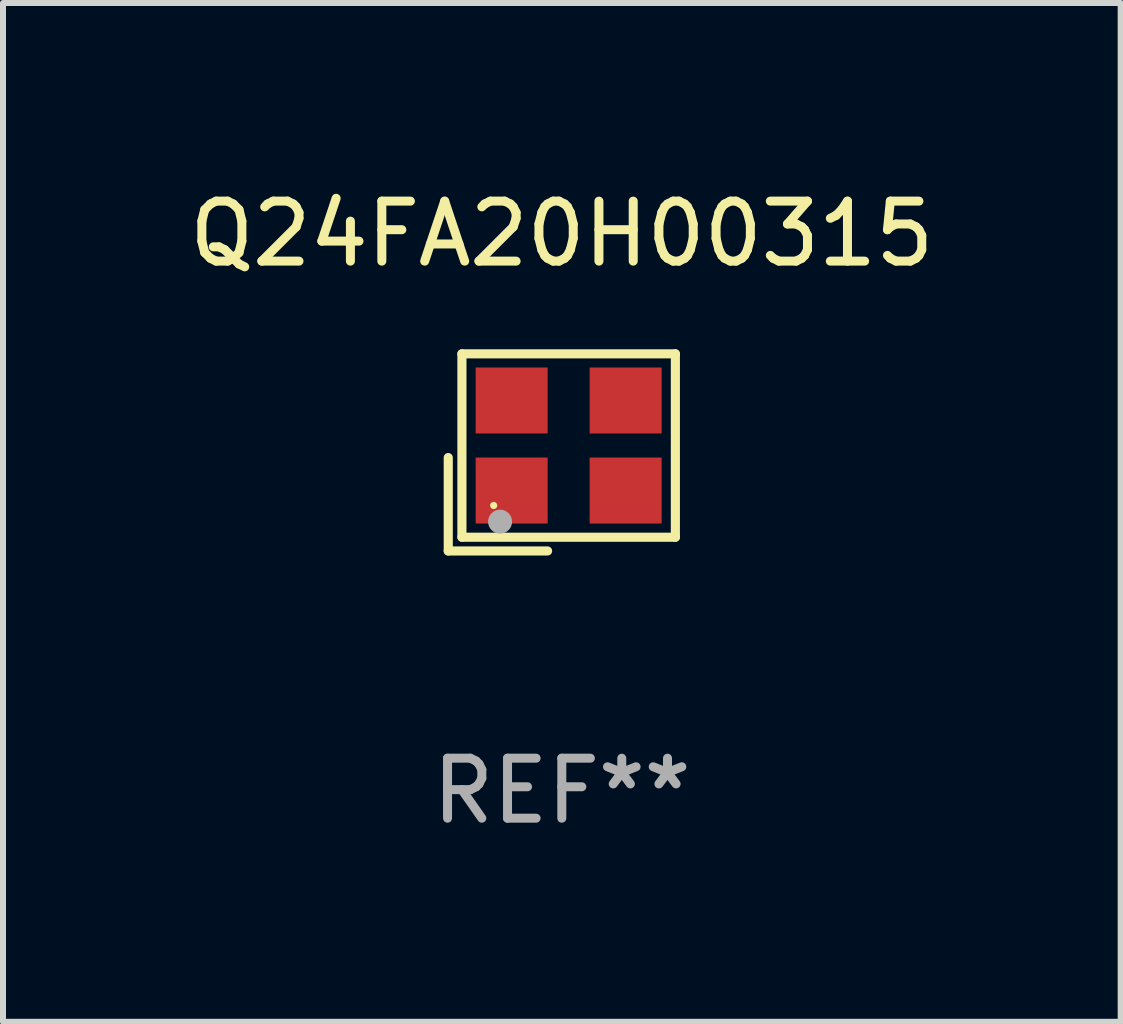
<source format=kicad_pcb>
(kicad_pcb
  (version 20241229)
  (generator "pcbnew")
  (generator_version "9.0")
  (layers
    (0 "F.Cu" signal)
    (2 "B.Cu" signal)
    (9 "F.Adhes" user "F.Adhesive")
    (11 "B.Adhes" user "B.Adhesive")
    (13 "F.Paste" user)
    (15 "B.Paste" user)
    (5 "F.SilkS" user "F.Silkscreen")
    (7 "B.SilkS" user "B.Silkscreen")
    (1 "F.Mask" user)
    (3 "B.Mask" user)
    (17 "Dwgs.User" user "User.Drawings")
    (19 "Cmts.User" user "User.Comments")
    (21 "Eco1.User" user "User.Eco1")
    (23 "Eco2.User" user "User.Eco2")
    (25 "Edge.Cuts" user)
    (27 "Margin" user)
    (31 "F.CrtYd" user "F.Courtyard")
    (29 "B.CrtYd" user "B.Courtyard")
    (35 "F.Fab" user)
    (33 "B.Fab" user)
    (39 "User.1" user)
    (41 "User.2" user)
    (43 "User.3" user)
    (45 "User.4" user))
  (footprint "Q24FA20H00315"
    (layer "F.Cu")
    (at 6.315 4.491)
    (property "Reference" "Q24FA20H00315" (at 0 -3.643 0) (layer "F.SilkS") (effects (font (size 1 1) (thickness 0.15))))
    (attr through_hole)
    (fp_line (start -1.893 0.086) (end -1.893 1.643) (stroke (width 0.152) (type solid)) (layer "F.SilkS"))
    (fp_line (start -1.893 1.643) (end -0.237 1.643) (stroke (width 0.152) (type solid)) (layer "F.SilkS"))
    (fp_line (start -1.665 -1.643) (end 1.893 -1.643) (stroke (width 0.152) (type solid)) (layer "F.SilkS"))
    (fp_line (start -1.665 1.414) (end -1.665 -1.643) (stroke (width 0.152) (type solid)) (layer "F.SilkS"))
    (fp_line (start 1.893 -1.643) (end 1.893 1.414) (stroke (width 0.152) (type solid)) (layer "F.SilkS"))
    (fp_line (start 1.893 1.414) (end -1.665 1.414) (stroke (width 0.152) (type solid)) (layer "F.SilkS"))
    (fp_circle (center -1.136 0.885) (end -1.106 0.885) (stroke (width 0.06) (type solid)) (fill no) (layer "F.SilkS"))
    (fp_circle (center -1.029 1.155) (end -0.929 1.155) (stroke (width 0.2) (type solid)) (fill no) (layer "F.Fab"))
    (fp_text user "REF**" (at 0 5.643 0) (layer "F.Fab") (effects (font (size 1 1) (thickness 0.15))))
    (pad "1" smd rect (at -0.836 0.636) (size 1.2 1.1) (layers "F.Cu" "F.Mask" "F.Paste"))
    (pad "2" smd rect (at 1.064 0.636) (size 1.2 1.1) (layers "F.Cu" "F.Mask" "F.Paste"))
    (pad "3" smd rect (at 1.064 -0.865) (size 1.2 1.1) (layers "F.Cu" "F.Mask" "F.Paste"))
    (pad "4" smd rect (at -0.836 -0.865) (size 1.2 1.1) (layers "F.Cu" "F.Mask" "F.Paste")))
  (gr_rect
    (start -3 -3)
    (end 15.631 13.983)
    (stroke (width 0.1) (type default))
    (fill no)
    (layer "Edge.Cuts")))
</source>
